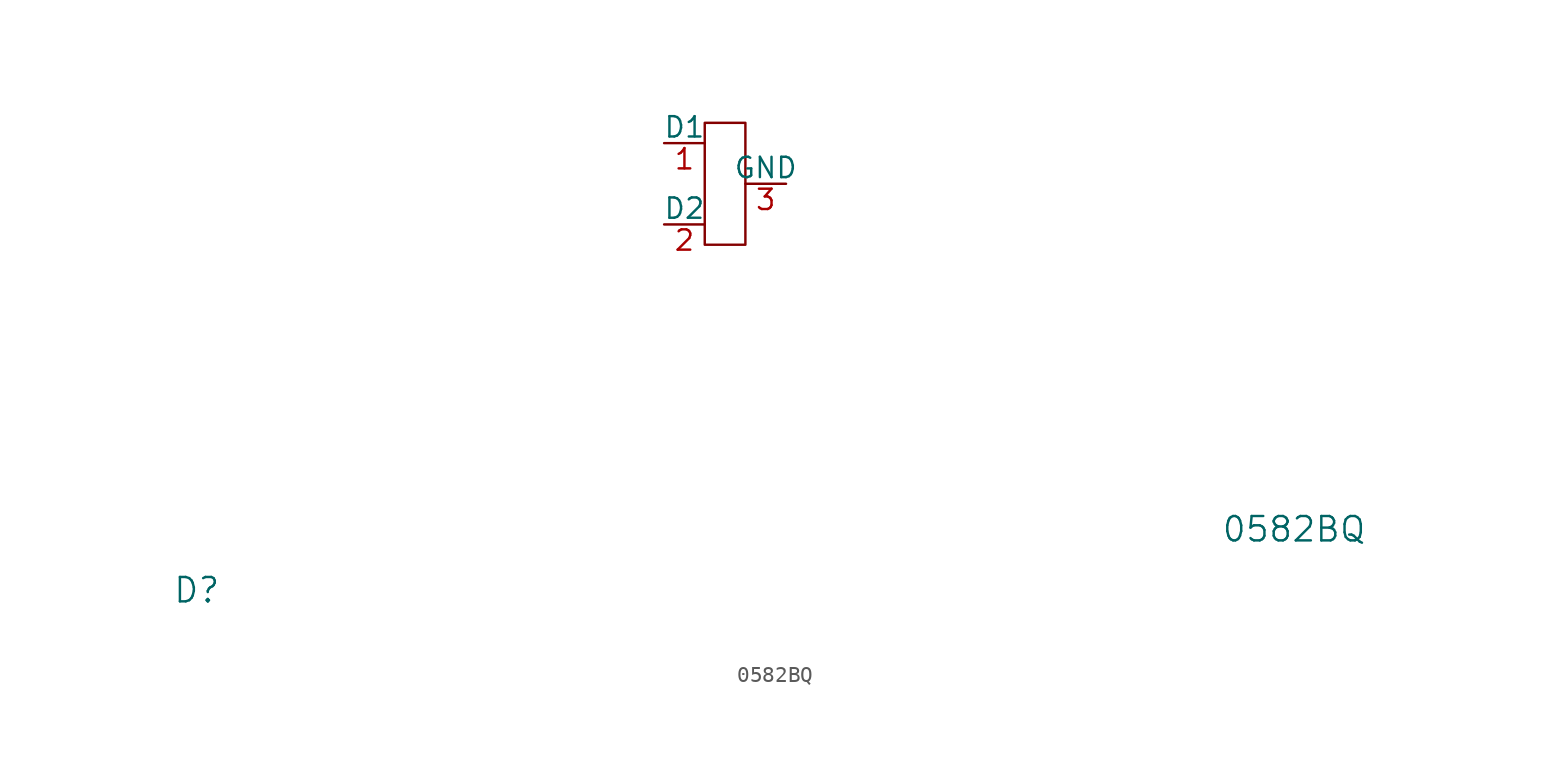
<source format=kicad_sym>
(kicad_symbol_lib
  (version 20241209)
  (generator "kicad_symbol_editor")
  (generator_version "9.0")
  (symbol "0582BQ"
    (pin_names
      (offset 0))
    (property "Reference" "D"
      (at -33.02 -25.4 0)
      (effects (font (size 1.524 1.524))))
    (property "Value" "0582BQ"
      (at 35.56 -21.59 0)
      (effects (font (size 1.524 1.524))))
    (symbol "0582BQ_0_1"
      (rectangle (start -1.27 3.81) (end 1.27 -3.81) (stroke (width 0) (type solid)) (fill (type none))))
    (symbol "0582BQ_1_1"
      (pin passive line (at -3.81 2.54 0) (length 2.54) (name "D1" (effects (font (size 1.27 1.27)))) (number "1" (effects (font (size 1.27 1.27)))))
      (pin passive line (at -3.81 -2.54 0) (length 2.54) (name "D2" (effects (font (size 1.27 1.27)))) (number "2" (effects (font (size 1.27 1.27)))))
      (pin power_in line (at 3.81 0 180) (length 2.54) (name "GND" (effects (font (size 1.27 1.27)))) (number "3" (effects (font (size 1.27 1.27))))))))
</source>
